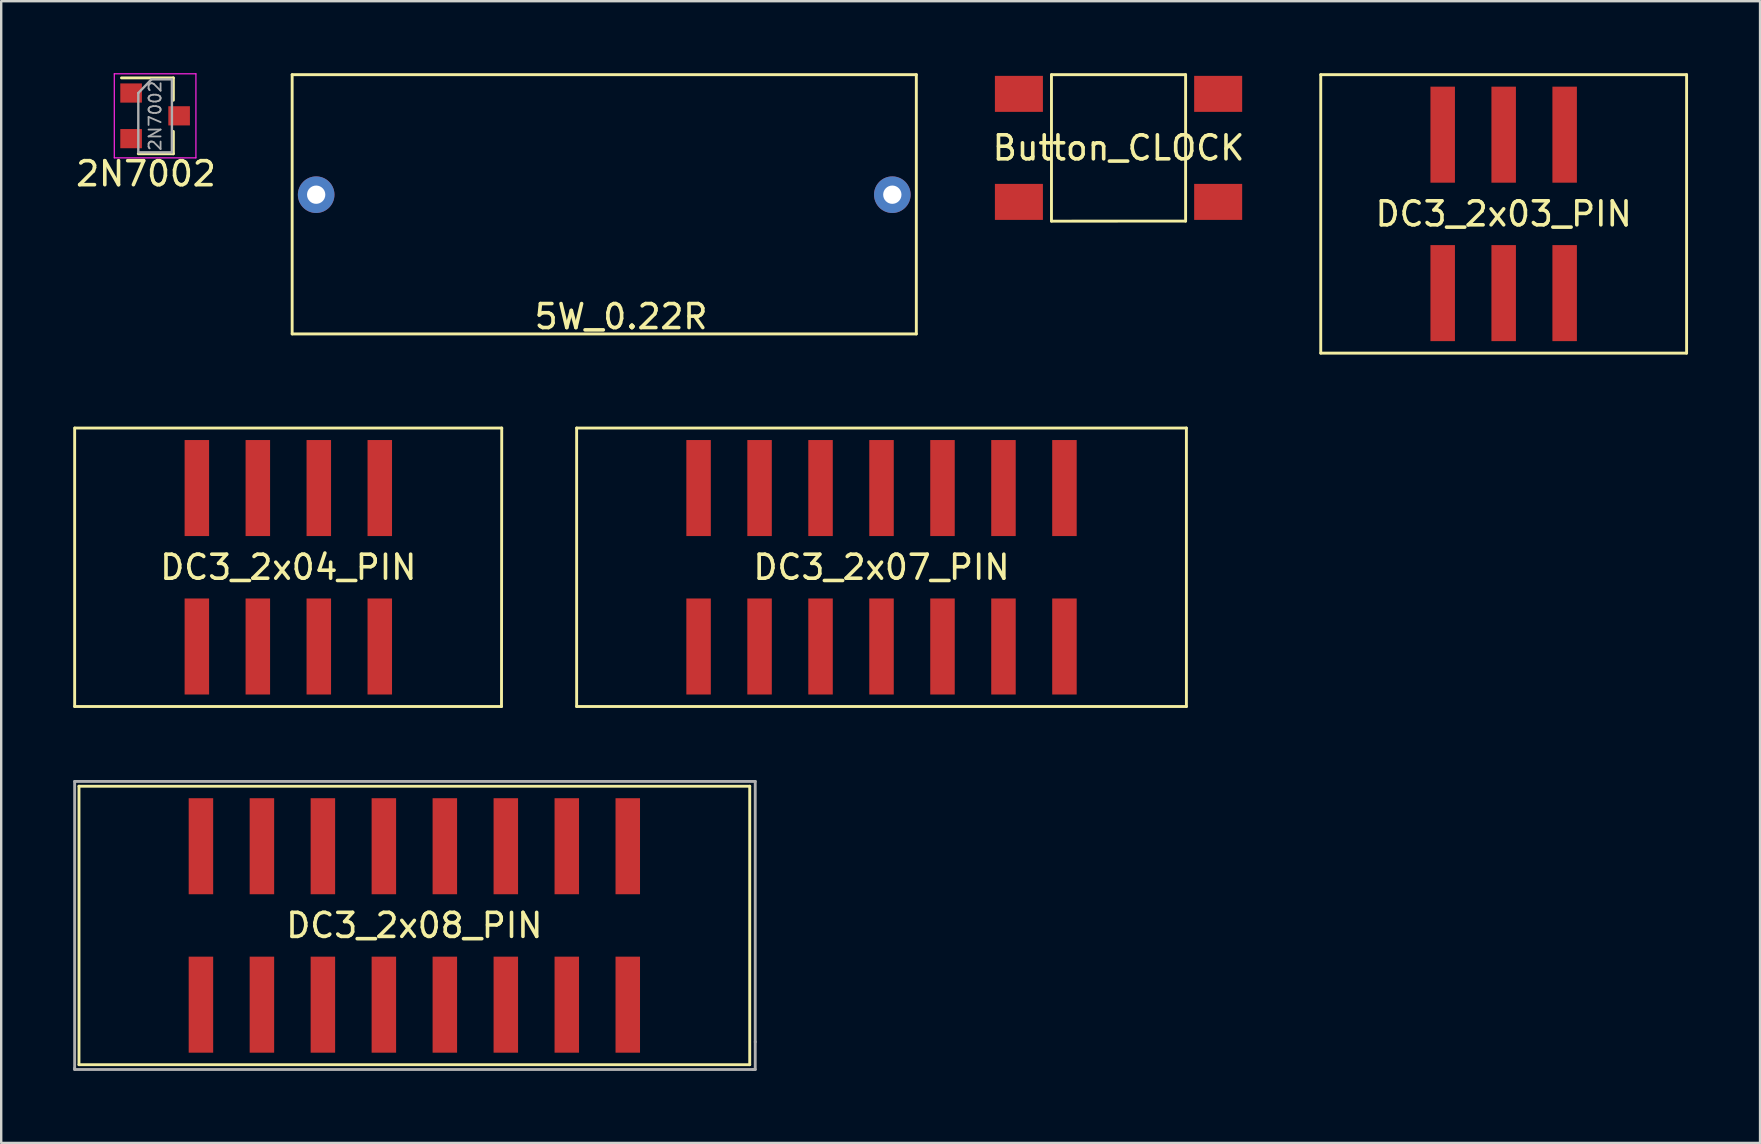
<source format=kicad_pcb>
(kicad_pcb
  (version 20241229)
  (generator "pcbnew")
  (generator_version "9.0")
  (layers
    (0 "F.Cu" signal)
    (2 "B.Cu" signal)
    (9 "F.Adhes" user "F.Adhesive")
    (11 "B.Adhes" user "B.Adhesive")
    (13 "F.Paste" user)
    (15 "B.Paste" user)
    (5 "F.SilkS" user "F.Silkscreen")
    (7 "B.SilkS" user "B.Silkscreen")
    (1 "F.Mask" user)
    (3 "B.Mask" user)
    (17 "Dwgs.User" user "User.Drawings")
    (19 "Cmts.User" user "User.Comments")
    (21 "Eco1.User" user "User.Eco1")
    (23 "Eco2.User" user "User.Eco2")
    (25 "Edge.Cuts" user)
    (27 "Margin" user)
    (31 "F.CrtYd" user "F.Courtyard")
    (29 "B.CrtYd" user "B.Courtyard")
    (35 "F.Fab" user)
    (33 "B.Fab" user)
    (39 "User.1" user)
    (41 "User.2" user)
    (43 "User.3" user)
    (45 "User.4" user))
  (footprint "DC3_2x08_PIN"
    (layer "F.Cu")
    (at 14.21 35.5)
    (property "Reference" "DC3_2x08_PIN" (at 0 0 0) (layer "F.SilkS") (effects (font (size 1 1) (thickness 0.15))))
    (attr through_hole)
    (fp_line (start -13.97 -5.8) (end -13.97 5.8) (stroke (width 0.12) (type solid)) (layer "F.SilkS"))
    (fp_line (start -13.97 -5.8) (end 13.97 -5.8) (stroke (width 0.12) (type solid)) (layer "F.SilkS"))
    (fp_line (start -13.97 5.8) (end 13.97 5.8) (stroke (width 0.12) (type solid)) (layer "F.SilkS"))
    (fp_line (start 13.97 -5.8) (end 13.97 5.8) (stroke (width 0.12) (type solid)) (layer "F.SilkS"))
    (fp_line (start -14.15 -6) (end -14.15 5.95) (stroke (width 0.12) (type solid)) (layer "F.Fab"))
    (fp_line (start -14.15 5.95) (end -14.15 6) (stroke (width 0.12) (type solid)) (layer "F.Fab"))
    (fp_line (start -14.15 6) (end 14.1 6) (stroke (width 0.12) (type solid)) (layer "F.Fab"))
    (fp_line (start 14.1 6) (end 14.2 6) (stroke (width 0.12) (type solid)) (layer "F.Fab"))
    (fp_line (start 14.2 -6) (end -14.15 -6) (stroke (width 0.12) (type solid)) (layer "F.Fab"))
    (fp_line (start 14.2 4.85) (end 14.2 -6) (stroke (width 0.12) (type solid)) (layer "F.Fab"))
    (fp_line (start 14.2 6) (end 14.2 4.85) (stroke (width 0.12) (type solid)) (layer "F.Fab"))
    (pad "1" smd rect (at -8.89 3.3) (size 1.02 4) (layers "F.Cu" "F.Mask" "F.Paste"))
    (pad "2" smd rect (at -8.89 -3.3) (size 1.02 4) (layers "F.Cu" "F.Mask" "F.Paste"))
    (pad "3" smd rect (at -6.35 3.3) (size 1.02 4) (layers "F.Cu" "F.Mask" "F.Paste"))
    (pad "4" smd rect (at -6.35 -3.3) (size 1.02 4) (layers "F.Cu" "F.Mask" "F.Paste"))
    (pad "5" smd rect (at -3.81 3.3) (size 1.02 4) (layers "F.Cu" "F.Mask" "F.Paste"))
    (pad "6" smd rect (at -3.81 -3.3) (size 1.02 4) (layers "F.Cu" "F.Mask" "F.Paste"))
    (pad "7" smd rect (at -1.27 3.3) (size 1.02 4) (layers "F.Cu" "F.Mask" "F.Paste"))
    (pad "8" smd rect (at -1.27 -3.3) (size 1.02 4) (layers "F.Cu" "F.Mask" "F.Paste"))
    (pad "9" smd rect (at 1.27 3.3) (size 1.02 4) (layers "F.Cu" "F.Mask" "F.Paste"))
    (pad "10" smd rect (at 1.27 -3.3) (size 1.02 4) (layers "F.Cu" "F.Mask" "F.Paste"))
    (pad "11" smd rect (at 3.81 3.3) (size 1.02 4) (layers "F.Cu" "F.Mask" "F.Paste"))
    (pad "12" smd rect (at 3.81 -3.3) (size 1.02 4) (layers "F.Cu" "F.Mask" "F.Paste"))
    (pad "13" smd rect (at 6.35 3.3) (size 1.02 4) (layers "F.Cu" "F.Mask" "F.Paste"))
    (pad "14" smd rect (at 6.35 -3.3) (size 1.02 4) (layers "F.Cu" "F.Mask" "F.Paste"))
    (pad "15" smd rect (at 8.89 3.3) (size 1.02 4) (layers "F.Cu" "F.Mask" "F.Paste"))
    (pad "16" smd rect (at 8.89 -3.3) (size 1.02 4) (layers "F.Cu" "F.Mask" "F.Paste")))
  (footprint "Button_CLOCK"
    (layer "F.Cu")
    (at 43.543 3.11)
    (property "Reference" "Button_CLOCK" (at 0 0 0) (layer "F.SilkS") (effects (font (size 1 1) (thickness 0.15))))
    (attr through_hole)
    (fp_line (start -2.794 -3.05) (end 2.794 -3.05) (stroke (width 0.12) (type solid)) (layer "F.SilkS"))
    (fp_line (start -2.794 3.052) (end -2.794 -3.048) (stroke (width 0.12) (type solid)) (layer "F.SilkS"))
    (fp_line (start -2.794 3.052) (end 2.794 3.05) (stroke (width 0.12) (type solid)) (layer "F.SilkS"))
    (fp_line (start 2.794 3.05) (end 2.794 -3.05) (stroke (width 0.12) (type solid)) (layer "F.SilkS"))
    (pad "1" smd rect (at -4.15 -2.25) (size 2 1.5) (layers "F.Cu" "F.Mask" "F.Paste"))
    (pad "2" smd rect (at -4.15 2.25) (size 2 1.5) (layers "F.Cu" "F.Mask" "F.Paste"))
    (pad "3" smd rect (at 4.15 2.25) (size 2 1.5) (layers "F.Cu" "F.Mask" "F.Paste"))
    (pad "4" smd rect (at 4.15 -2.25) (size 2 1.5) (layers "F.Cu" "F.Mask" "F.Paste")))
  (footprint "DC3_2x07_PIN"
    (layer "F.Cu")
    (at 33.67 20.58)
    (property "Reference" "DC3_2x07_PIN" (at 0 0 0) (layer "F.SilkS") (effects (font (size 1 1) (thickness 0.15))))
    (attr through_hole)
    (fp_line (start -12.7 -5.8) (end -12.7 5.8) (stroke (width 0.12) (type solid)) (layer "F.SilkS"))
    (fp_line (start -12.7 -5.8) (end 12.7 -5.8) (stroke (width 0.12) (type solid)) (layer "F.SilkS"))
    (fp_line (start -12.7 5.8) (end 12.7 5.8) (stroke (width 0.12) (type solid)) (layer "F.SilkS"))
    (fp_line (start 12.7 -5.8) (end 12.7 5.8) (stroke (width 0.12) (type solid)) (layer "F.SilkS"))
    (pad "1" smd rect (at -7.62 3.3) (size 1.02 4) (layers "F.Cu" "F.Mask" "F.Paste"))
    (pad "2" smd rect (at -7.62 -3.3) (size 1.02 4) (layers "F.Cu" "F.Mask" "F.Paste"))
    (pad "3" smd rect (at -5.08 3.3) (size 1.02 4) (layers "F.Cu" "F.Mask" "F.Paste"))
    (pad "4" smd rect (at -5.08 -3.3) (size 1.02 4) (layers "F.Cu" "F.Mask" "F.Paste"))
    (pad "5" smd rect (at -2.54 3.3) (size 1.02 4) (layers "F.Cu" "F.Mask" "F.Paste"))
    (pad "6" smd rect (at -2.54 -3.3) (size 1.02 4) (layers "F.Cu" "F.Mask" "F.Paste"))
    (pad "7" smd rect (at 0 3.3) (size 1.02 4) (layers "F.Cu" "F.Mask" "F.Paste"))
    (pad "8" smd rect (at 0 -3.3) (size 1.02 4) (layers "F.Cu" "F.Mask" "F.Paste"))
    (pad "9" smd rect (at 2.54 3.3) (size 1.02 4) (layers "F.Cu" "F.Mask" "F.Paste"))
    (pad "10" smd rect (at 2.54 -3.3) (size 1.02 4) (layers "F.Cu" "F.Mask" "F.Paste"))
    (pad "11" smd rect (at 5.08 3.3) (size 1.02 4) (layers "F.Cu" "F.Mask" "F.Paste"))
    (pad "12" smd rect (at 5.08 -3.3) (size 1.02 4) (layers "F.Cu" "F.Mask" "F.Paste"))
    (pad "13" smd rect (at 7.62 3.3) (size 1.02 4) (layers "F.Cu" "F.Mask" "F.Paste"))
    (pad "14" smd rect (at 7.62 -3.3) (size 1.02 4) (layers "F.Cu" "F.Mask" "F.Paste")))
  (footprint "2N7002"
    (layer "F.Cu")
    (at 3.411 1.775)
    (property "Reference" "2N7002" (at -0.381 2.413 0) (layer "F.SilkS") (effects (font (size 1 1) (thickness 0.15))))
    (attr smd)
    (fp_line (start 0.76 -1.58) (end -1.4 -1.58) (stroke (width 0.12) (type solid)) (layer "F.SilkS"))
    (fp_line (start 0.76 -1.58) (end 0.76 -0.65) (stroke (width 0.12) (type solid)) (layer "F.SilkS"))
    (fp_line (start 0.76 1.58) (end -0.7 1.58) (stroke (width 0.12) (type solid)) (layer "F.SilkS"))
    (fp_line (start 0.76 1.58) (end 0.76 0.65) (stroke (width 0.12) (type solid)) (layer "F.SilkS"))
    (fp_line (start -1.7 -1.75) (end 1.7 -1.75) (stroke (width 0.05) (type solid)) (layer "F.CrtYd"))
    (fp_line (start -1.7 1.75) (end -1.7 -1.75) (stroke (width 0.05) (type solid)) (layer "F.CrtYd"))
    (fp_line (start 1.7 -1.75) (end 1.7 1.75) (stroke (width 0.05) (type solid)) (layer "F.CrtYd"))
    (fp_line (start 1.7 1.75) (end -1.7 1.75) (stroke (width 0.05) (type solid)) (layer "F.CrtYd"))
    (fp_line (start -0.7 -0.95) (end -0.7 1.5) (stroke (width 0.1) (type solid)) (layer "F.Fab"))
    (fp_line (start -0.7 -0.95) (end -0.15 -1.52) (stroke (width 0.1) (type solid)) (layer "F.Fab"))
    (fp_line (start -0.7 1.52) (end 0.7 1.52) (stroke (width 0.1) (type solid)) (layer "F.Fab"))
    (fp_line (start -0.15 -1.52) (end 0.7 -1.52) (stroke (width 0.1) (type solid)) (layer "F.Fab"))
    (fp_line (start 0.7 -1.52) (end 0.7 1.52) (stroke (width 0.1) (type solid)) (layer "F.Fab"))
    (fp_text user "${REFERENCE}" (at 0 0 90) (layer "F.Fab") (effects (font (size 0.5 0.5) (thickness 0.075))))
    (pad "1" smd rect (at -1 -0.95) (size 0.9 0.8) (layers "F.Cu" "F.Mask" "F.Paste"))
    (pad "2" smd rect (at -1 0.95) (size 0.9 0.8) (layers "F.Cu" "F.Mask" "F.Paste"))
    (pad "3" smd rect (at 1 0) (size 0.9 0.8) (layers "F.Cu" "F.Mask" "F.Paste")))
  (footprint "DC3_2x03_PIN"
    (layer "F.Cu")
    (at 59.586 5.86)
    (property "Reference" "DC3_2x03_PIN" (at 0 0 0) (layer "F.SilkS") (effects (font (size 1 1) (thickness 0.15))))
    (attr through_hole)
    (fp_line (start -7.62 -5.8) (end 7.62 -5.8) (stroke (width 0.12) (type solid)) (layer "F.SilkS"))
    (fp_line (start -7.62 5.8) (end -7.62 -5.8) (stroke (width 0.12) (type solid)) (layer "F.SilkS"))
    (fp_line (start -7.62 5.8) (end 7.62 5.8) (stroke (width 0.12) (type solid)) (layer "F.SilkS"))
    (fp_line (start 7.62 -5.8) (end 7.62 5.8) (stroke (width 0.12) (type solid)) (layer "F.SilkS"))
    (pad "1" smd rect (at -2.54 3.3) (size 1.02 4) (layers "F.Cu" "F.Mask" "F.Paste"))
    (pad "2" smd rect (at -2.54 -3.3) (size 1.02 4) (layers "F.Cu" "F.Mask" "F.Paste"))
    (pad "3" smd rect (at 0 3.3) (size 1.02 4) (layers "F.Cu" "F.Mask" "F.Paste"))
    (pad "4" smd rect (at 0 -3.3) (size 1.02 4) (layers "F.Cu" "F.Mask" "F.Paste"))
    (pad "5" smd rect (at 2.54 3.3) (size 1.02 4) (layers "F.Cu" "F.Mask" "F.Paste"))
    (pad "6" smd rect (at 2.54 -3.3) (size 1.02 4) (layers "F.Cu" "F.Mask" "F.Paste")))
  (footprint "DC3_2x04_PIN"
    (layer "F.Cu")
    (at 8.96 20.58)
    (property "Reference" "DC3_2x04_PIN" (at 0 0 0) (layer "F.SilkS") (effects (font (size 1 1) (thickness 0.15))))
    (attr through_hole)
    (fp_line (start -8.9 -5.8) (end -8.9 5.8) (stroke (width 0.12) (type solid)) (layer "F.SilkS"))
    (fp_line (start -8.9 5.8) (end 8.88 5.8) (stroke (width 0.12) (type solid)) (layer "F.SilkS"))
    (fp_line (start -8.89 -5.8) (end 8.89 -5.8) (stroke (width 0.12) (type solid)) (layer "F.SilkS"))
    (fp_line (start 8.89 -5.8) (end 8.88 5.8) (stroke (width 0.12) (type solid)) (layer "F.SilkS"))
    (pad "1" smd rect (at -3.81 3.3) (size 1.02 4) (layers "F.Cu" "F.Mask" "F.Paste"))
    (pad "2" smd rect (at -3.81 -3.3) (size 1.02 4) (layers "F.Cu" "F.Mask" "F.Paste"))
    (pad "3" smd rect (at -1.27 3.3) (size 1.02 4) (layers "F.Cu" "F.Mask" "F.Paste"))
    (pad "4" smd rect (at -1.27 -3.3) (size 1.02 4) (layers "F.Cu" "F.Mask" "F.Paste"))
    (pad "5" smd rect (at 1.27 3.3) (size 1.02 4) (layers "F.Cu" "F.Mask" "F.Paste"))
    (pad "6" smd rect (at 1.27 -3.3) (size 1.02 4) (layers "F.Cu" "F.Mask" "F.Paste"))
    (pad "7" smd rect (at 3.81 3.3) (size 1.02 4) (layers "F.Cu" "F.Mask" "F.Paste"))
    (pad "8" smd rect (at 3.81 -3.3) (size 1.02 4) (layers "F.Cu" "F.Mask" "F.Paste")))
  (footprint "5W_0.22R"
    (layer "F.Cu")
    (at 10.12 5.06)
    (property "Reference" "5W_0.22R" (at 12.7 5.08 0) (layer "F.SilkS") (effects (font (size 1 1) (thickness 0.15))))
    (attr through_hole)
    (fp_line (start -1 -5) (end 25 -5) (stroke (width 0.12) (type solid)) (layer "F.SilkS"))
    (fp_line (start -1 5.8) (end -1 -5) (stroke (width 0.12) (type solid)) (layer "F.SilkS"))
    (fp_line (start -1 5.8) (end 25 5.8) (stroke (width 0.12) (type solid)) (layer "F.SilkS"))
    (fp_line (start 25 -5) (end 25 5.8) (stroke (width 0.12) (type solid)) (layer "F.SilkS"))
    (pad "1" thru_hole circle (at 0 0) (size 1.524 1.524) (drill 0.762) (layers "*.Cu" "*.Mask"))
    (pad "2" thru_hole circle (at 24 0) (size 1.524 1.524) (drill 0.762) (layers "*.Cu" "*.Mask")))
  (gr_rect
    (start -3 -3)
    (end 70.266 44.56)
    (stroke (width 0.1) (type default))
    (fill no)
    (layer "Edge.Cuts")))
</source>
